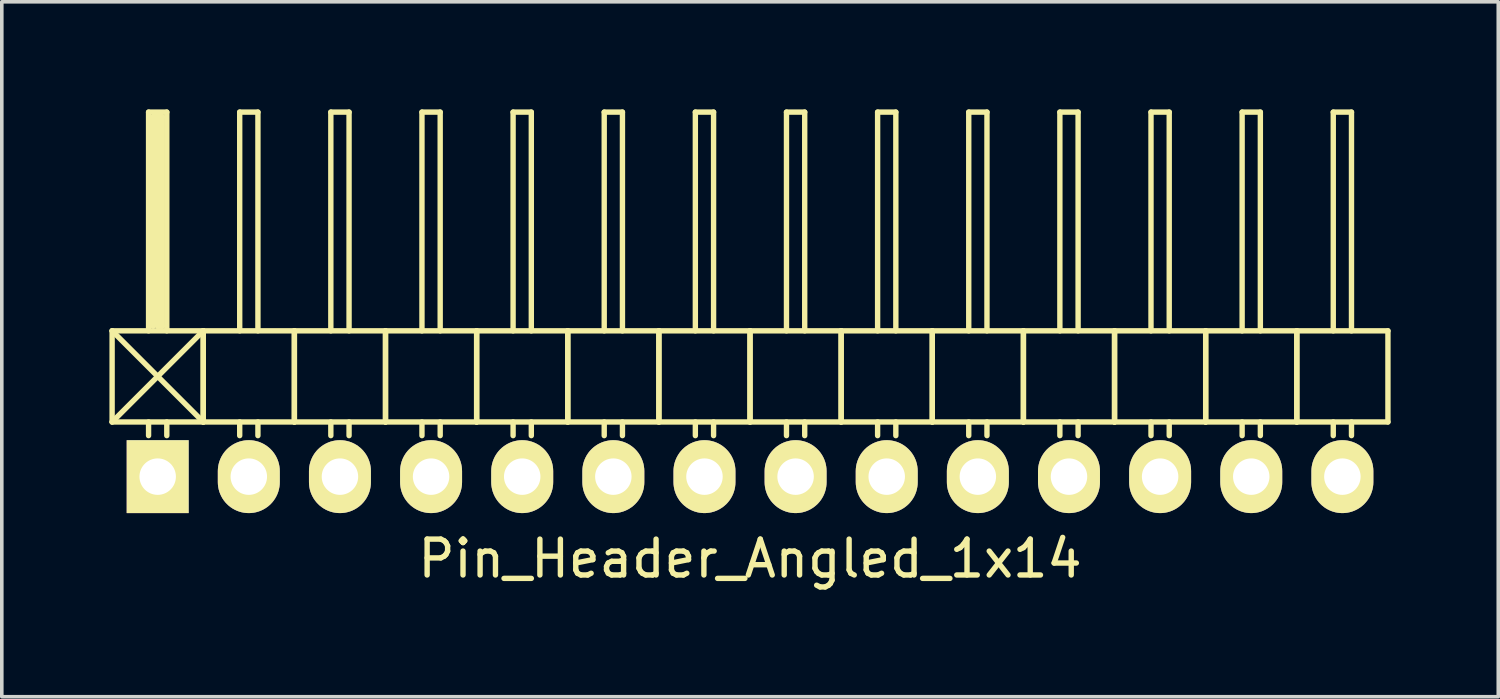
<source format=kicad_pcb>
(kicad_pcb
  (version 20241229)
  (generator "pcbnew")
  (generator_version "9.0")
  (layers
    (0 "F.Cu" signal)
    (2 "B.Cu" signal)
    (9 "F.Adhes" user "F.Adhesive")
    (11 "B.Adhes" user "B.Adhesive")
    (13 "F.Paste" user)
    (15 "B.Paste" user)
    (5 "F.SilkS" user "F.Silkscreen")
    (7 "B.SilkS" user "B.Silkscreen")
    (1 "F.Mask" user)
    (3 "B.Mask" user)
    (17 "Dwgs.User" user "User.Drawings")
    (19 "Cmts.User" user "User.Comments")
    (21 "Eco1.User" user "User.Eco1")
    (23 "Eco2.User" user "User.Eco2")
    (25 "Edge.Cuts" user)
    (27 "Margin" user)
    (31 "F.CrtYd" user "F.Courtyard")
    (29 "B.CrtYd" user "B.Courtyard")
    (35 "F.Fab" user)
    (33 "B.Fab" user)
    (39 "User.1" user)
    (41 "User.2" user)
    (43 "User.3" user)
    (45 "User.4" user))
  (footprint "Pin_Header_Angled_1x14"
    (layer "F.Cu")
    (at 17.855 10.235)
    (property "Reference" "Pin_Header_Angled_1x14" (at 0 2.286 0) (layer "F.SilkS") (effects (font (size 1 1) (thickness 0.15))))
    (attr through_hole)
    (fp_line (start -17.78 -4.064) (end -15.24 -1.524) (stroke (width 0.15) (type solid)) (layer "F.SilkS"))
    (fp_line (start -17.78 -1.524) (end -17.78 -4.064) (stroke (width 0.15) (type solid)) (layer "F.SilkS"))
    (fp_line (start -17.78 -1.524) (end -15.24 -1.524) (stroke (width 0.15) (type solid)) (layer "F.SilkS"))
    (fp_line (start -16.764 -10.16) (end -16.256 -10.16) (stroke (width 0.15) (type solid)) (layer "F.SilkS"))
    (fp_line (start -16.764 -4.064) (end -16.764 -10.16) (stroke (width 0.15) (type solid)) (layer "F.SilkS"))
    (fp_line (start -16.764 -1.524) (end -16.764 -1.143) (stroke (width 0.15) (type solid)) (layer "F.SilkS"))
    (fp_line (start -16.637 -10.033) (end -16.383 -10.033) (stroke (width 0.15) (type solid)) (layer "F.SilkS"))
    (fp_line (start -16.637 -4.191) (end -16.637 -10.033) (stroke (width 0.15) (type solid)) (layer "F.SilkS"))
    (fp_line (start -16.51 -4.191) (end -16.51 -10.033) (stroke (width 0.15) (type solid)) (layer "F.SilkS"))
    (fp_line (start -16.383 -10.033) (end -16.383 -4.191) (stroke (width 0.15) (type solid)) (layer "F.SilkS"))
    (fp_line (start -16.383 -4.191) (end -16.51 -4.191) (stroke (width 0.15) (type solid)) (layer "F.SilkS"))
    (fp_line (start -16.256 -10.16) (end -16.256 -4.064) (stroke (width 0.15) (type solid)) (layer "F.SilkS"))
    (fp_line (start -16.256 -1.524) (end -16.256 -1.143) (stroke (width 0.15) (type solid)) (layer "F.SilkS"))
    (fp_line (start -15.24 -4.064) (end -17.78 -4.064) (stroke (width 0.15) (type solid)) (layer "F.SilkS"))
    (fp_line (start -15.24 -4.064) (end -17.78 -1.524) (stroke (width 0.15) (type solid)) (layer "F.SilkS"))
    (fp_line (start -15.24 -1.524) (end -15.24 -4.064) (stroke (width 0.15) (type solid)) (layer "F.SilkS"))
    (fp_line (start -15.24 -1.524) (end -15.24 -4.064) (stroke (width 0.15) (type solid)) (layer "F.SilkS"))
    (fp_line (start -15.24 -1.524) (end -12.7 -1.524) (stroke (width 0.15) (type solid)) (layer "F.SilkS"))
    (fp_line (start -14.224 -10.16) (end -13.716 -10.16) (stroke (width 0.15) (type solid)) (layer "F.SilkS"))
    (fp_line (start -14.224 -4.064) (end -14.224 -10.16) (stroke (width 0.15) (type solid)) (layer "F.SilkS"))
    (fp_line (start -14.224 -1.524) (end -14.224 -1.143) (stroke (width 0.15) (type solid)) (layer "F.SilkS"))
    (fp_line (start -13.716 -10.16) (end -13.716 -4.064) (stroke (width 0.15) (type solid)) (layer "F.SilkS"))
    (fp_line (start -13.716 -1.524) (end -13.716 -1.143) (stroke (width 0.15) (type solid)) (layer "F.SilkS"))
    (fp_line (start -12.7 -4.064) (end -15.24 -4.064) (stroke (width 0.15) (type solid)) (layer "F.SilkS"))
    (fp_line (start -12.7 -1.524) (end -12.7 -4.064) (stroke (width 0.15) (type solid)) (layer "F.SilkS"))
    (fp_line (start -12.7 -1.524) (end -12.7 -4.064) (stroke (width 0.15) (type solid)) (layer "F.SilkS"))
    (fp_line (start -12.7 -1.524) (end -10.16 -1.524) (stroke (width 0.15) (type solid)) (layer "F.SilkS"))
    (fp_line (start -11.684 -10.16) (end -11.176 -10.16) (stroke (width 0.15) (type solid)) (layer "F.SilkS"))
    (fp_line (start -11.684 -4.064) (end -11.684 -10.16) (stroke (width 0.15) (type solid)) (layer "F.SilkS"))
    (fp_line (start -11.684 -1.524) (end -11.684 -1.143) (stroke (width 0.15) (type solid)) (layer "F.SilkS"))
    (fp_line (start -11.176 -10.16) (end -11.176 -4.064) (stroke (width 0.15) (type solid)) (layer "F.SilkS"))
    (fp_line (start -11.176 -1.524) (end -11.176 -1.143) (stroke (width 0.15) (type solid)) (layer "F.SilkS"))
    (fp_line (start -10.16 -4.064) (end -12.7 -4.064) (stroke (width 0.15) (type solid)) (layer "F.SilkS"))
    (fp_line (start -10.16 -1.524) (end -10.16 -4.064) (stroke (width 0.15) (type solid)) (layer "F.SilkS"))
    (fp_line (start -10.16 -1.524) (end -10.16 -4.064) (stroke (width 0.15) (type solid)) (layer "F.SilkS"))
    (fp_line (start -10.16 -1.524) (end -7.62 -1.524) (stroke (width 0.15) (type solid)) (layer "F.SilkS"))
    (fp_line (start -9.144 -10.16) (end -8.636 -10.16) (stroke (width 0.15) (type solid)) (layer "F.SilkS"))
    (fp_line (start -9.144 -4.064) (end -9.144 -10.16) (stroke (width 0.15) (type solid)) (layer "F.SilkS"))
    (fp_line (start -9.144 -1.524) (end -9.144 -1.143) (stroke (width 0.15) (type solid)) (layer "F.SilkS"))
    (fp_line (start -8.636 -10.16) (end -8.636 -4.064) (stroke (width 0.15) (type solid)) (layer "F.SilkS"))
    (fp_line (start -8.636 -1.524) (end -8.636 -1.143) (stroke (width 0.15) (type solid)) (layer "F.SilkS"))
    (fp_line (start -7.62 -4.064) (end -10.16 -4.064) (stroke (width 0.15) (type solid)) (layer "F.SilkS"))
    (fp_line (start -7.62 -1.524) (end -7.62 -4.064) (stroke (width 0.15) (type solid)) (layer "F.SilkS"))
    (fp_line (start -7.62 -1.524) (end -7.62 -4.064) (stroke (width 0.15) (type solid)) (layer "F.SilkS"))
    (fp_line (start -7.62 -1.524) (end -5.08 -1.524) (stroke (width 0.15) (type solid)) (layer "F.SilkS"))
    (fp_line (start -6.604 -10.16) (end -6.096 -10.16) (stroke (width 0.15) (type solid)) (layer "F.SilkS"))
    (fp_line (start -6.604 -4.064) (end -6.604 -10.16) (stroke (width 0.15) (type solid)) (layer "F.SilkS"))
    (fp_line (start -6.604 -1.524) (end -6.604 -1.143) (stroke (width 0.15) (type solid)) (layer "F.SilkS"))
    (fp_line (start -6.096 -10.16) (end -6.096 -4.064) (stroke (width 0.15) (type solid)) (layer "F.SilkS"))
    (fp_line (start -6.096 -1.524) (end -6.096 -1.143) (stroke (width 0.15) (type solid)) (layer "F.SilkS"))
    (fp_line (start -5.08 -4.064) (end -7.62 -4.064) (stroke (width 0.15) (type solid)) (layer "F.SilkS"))
    (fp_line (start -5.08 -1.524) (end -5.08 -4.064) (stroke (width 0.15) (type solid)) (layer "F.SilkS"))
    (fp_line (start -5.08 -1.524) (end -5.08 -4.064) (stroke (width 0.15) (type solid)) (layer "F.SilkS"))
    (fp_line (start -5.08 -1.524) (end -2.54 -1.524) (stroke (width 0.15) (type solid)) (layer "F.SilkS"))
    (fp_line (start -4.064 -10.16) (end -3.556 -10.16) (stroke (width 0.15) (type solid)) (layer "F.SilkS"))
    (fp_line (start -4.064 -4.064) (end -4.064 -10.16) (stroke (width 0.15) (type solid)) (layer "F.SilkS"))
    (fp_line (start -4.064 -1.524) (end -4.064 -1.143) (stroke (width 0.15) (type solid)) (layer "F.SilkS"))
    (fp_line (start -3.556 -10.16) (end -3.556 -4.064) (stroke (width 0.15) (type solid)) (layer "F.SilkS"))
    (fp_line (start -3.556 -1.524) (end -3.556 -1.143) (stroke (width 0.15) (type solid)) (layer "F.SilkS"))
    (fp_line (start -2.54 -4.064) (end -5.08 -4.064) (stroke (width 0.15) (type solid)) (layer "F.SilkS"))
    (fp_line (start -2.54 -1.524) (end -2.54 -4.064) (stroke (width 0.15) (type solid)) (layer "F.SilkS"))
    (fp_line (start -2.54 -1.524) (end -2.54 -4.064) (stroke (width 0.15) (type solid)) (layer "F.SilkS"))
    (fp_line (start -2.54 -1.524) (end 0 -1.524) (stroke (width 0.15) (type solid)) (layer "F.SilkS"))
    (fp_line (start -1.524 -10.16) (end -1.016 -10.16) (stroke (width 0.15) (type solid)) (layer "F.SilkS"))
    (fp_line (start -1.524 -4.064) (end -1.524 -10.16) (stroke (width 0.15) (type solid)) (layer "F.SilkS"))
    (fp_line (start -1.524 -1.524) (end -1.524 -1.143) (stroke (width 0.15) (type solid)) (layer "F.SilkS"))
    (fp_line (start -1.016 -10.16) (end -1.016 -4.064) (stroke (width 0.15) (type solid)) (layer "F.SilkS"))
    (fp_line (start -1.016 -1.524) (end -1.016 -1.143) (stroke (width 0.15) (type solid)) (layer "F.SilkS"))
    (fp_line (start 0 -4.064) (end -2.54 -4.064) (stroke (width 0.15) (type solid)) (layer "F.SilkS"))
    (fp_line (start 0 -1.524) (end 0 -4.064) (stroke (width 0.15) (type solid)) (layer "F.SilkS"))
    (fp_line (start 0 -1.524) (end 0 -4.064) (stroke (width 0.15) (type solid)) (layer "F.SilkS"))
    (fp_line (start 0 -1.524) (end 2.54 -1.524) (stroke (width 0.15) (type solid)) (layer "F.SilkS"))
    (fp_line (start 1.016 -10.16) (end 1.524 -10.16) (stroke (width 0.15) (type solid)) (layer "F.SilkS"))
    (fp_line (start 1.016 -4.064) (end 1.016 -10.16) (stroke (width 0.15) (type solid)) (layer "F.SilkS"))
    (fp_line (start 1.016 -1.524) (end 1.016 -1.143) (stroke (width 0.15) (type solid)) (layer "F.SilkS"))
    (fp_line (start 1.524 -10.16) (end 1.524 -4.064) (stroke (width 0.15) (type solid)) (layer "F.SilkS"))
    (fp_line (start 1.524 -1.524) (end 1.524 -1.143) (stroke (width 0.15) (type solid)) (layer "F.SilkS"))
    (fp_line (start 2.54 -4.064) (end 0 -4.064) (stroke (width 0.15) (type solid)) (layer "F.SilkS"))
    (fp_line (start 2.54 -1.524) (end 2.54 -4.064) (stroke (width 0.15) (type solid)) (layer "F.SilkS"))
    (fp_line (start 2.54 -1.524) (end 2.54 -4.064) (stroke (width 0.15) (type solid)) (layer "F.SilkS"))
    (fp_line (start 2.54 -1.524) (end 5.08 -1.524) (stroke (width 0.15) (type solid)) (layer "F.SilkS"))
    (fp_line (start 3.556 -10.16) (end 4.064 -10.16) (stroke (width 0.15) (type solid)) (layer "F.SilkS"))
    (fp_line (start 3.556 -4.064) (end 3.556 -10.16) (stroke (width 0.15) (type solid)) (layer "F.SilkS"))
    (fp_line (start 3.556 -1.524) (end 3.556 -1.143) (stroke (width 0.15) (type solid)) (layer "F.SilkS"))
    (fp_line (start 4.064 -10.16) (end 4.064 -4.064) (stroke (width 0.15) (type solid)) (layer "F.SilkS"))
    (fp_line (start 4.064 -1.524) (end 4.064 -1.143) (stroke (width 0.15) (type solid)) (layer "F.SilkS"))
    (fp_line (start 5.08 -4.064) (end 2.54 -4.064) (stroke (width 0.15) (type solid)) (layer "F.SilkS"))
    (fp_line (start 5.08 -1.524) (end 5.08 -4.064) (stroke (width 0.15) (type solid)) (layer "F.SilkS"))
    (fp_line (start 5.08 -1.524) (end 5.08 -4.064) (stroke (width 0.15) (type solid)) (layer "F.SilkS"))
    (fp_line (start 5.08 -1.524) (end 7.62 -1.524) (stroke (width 0.15) (type solid)) (layer "F.SilkS"))
    (fp_line (start 6.096 -10.16) (end 6.604 -10.16) (stroke (width 0.15) (type solid)) (layer "F.SilkS"))
    (fp_line (start 6.096 -4.064) (end 6.096 -10.16) (stroke (width 0.15) (type solid)) (layer "F.SilkS"))
    (fp_line (start 6.096 -1.524) (end 6.096 -1.143) (stroke (width 0.15) (type solid)) (layer "F.SilkS"))
    (fp_line (start 6.604 -10.16) (end 6.604 -4.064) (stroke (width 0.15) (type solid)) (layer "F.SilkS"))
    (fp_line (start 6.604 -1.524) (end 6.604 -1.143) (stroke (width 0.15) (type solid)) (layer "F.SilkS"))
    (fp_line (start 7.62 -4.064) (end 5.08 -4.064) (stroke (width 0.15) (type solid)) (layer "F.SilkS"))
    (fp_line (start 7.62 -1.524) (end 7.62 -4.064) (stroke (width 0.15) (type solid)) (layer "F.SilkS"))
    (fp_line (start 7.62 -1.524) (end 7.62 -4.064) (stroke (width 0.15) (type solid)) (layer "F.SilkS"))
    (fp_line (start 7.62 -1.524) (end 10.16 -1.524) (stroke (width 0.15) (type solid)) (layer "F.SilkS"))
    (fp_line (start 8.636 -10.16) (end 9.144 -10.16) (stroke (width 0.15) (type solid)) (layer "F.SilkS"))
    (fp_line (start 8.636 -4.064) (end 8.636 -10.16) (stroke (width 0.15) (type solid)) (layer "F.SilkS"))
    (fp_line (start 8.636 -1.524) (end 8.636 -1.143) (stroke (width 0.15) (type solid)) (layer "F.SilkS"))
    (fp_line (start 9.144 -10.16) (end 9.144 -4.064) (stroke (width 0.15) (type solid)) (layer "F.SilkS"))
    (fp_line (start 9.144 -1.524) (end 9.144 -1.143) (stroke (width 0.15) (type solid)) (layer "F.SilkS"))
    (fp_line (start 10.16 -4.064) (end 7.62 -4.064) (stroke (width 0.15) (type solid)) (layer "F.SilkS"))
    (fp_line (start 10.16 -1.524) (end 10.16 -4.064) (stroke (width 0.15) (type solid)) (layer "F.SilkS"))
    (fp_line (start 10.16 -1.524) (end 10.16 -4.064) (stroke (width 0.15) (type solid)) (layer "F.SilkS"))
    (fp_line (start 10.16 -1.524) (end 12.7 -1.524) (stroke (width 0.15) (type solid)) (layer "F.SilkS"))
    (fp_line (start 11.176 -10.16) (end 11.684 -10.16) (stroke (width 0.15) (type solid)) (layer "F.SilkS"))
    (fp_line (start 11.176 -4.064) (end 11.176 -10.16) (stroke (width 0.15) (type solid)) (layer "F.SilkS"))
    (fp_line (start 11.176 -1.524) (end 11.176 -1.143) (stroke (width 0.15) (type solid)) (layer "F.SilkS"))
    (fp_line (start 11.684 -10.16) (end 11.684 -4.064) (stroke (width 0.15) (type solid)) (layer "F.SilkS"))
    (fp_line (start 11.684 -1.524) (end 11.684 -1.143) (stroke (width 0.15) (type solid)) (layer "F.SilkS"))
    (fp_line (start 12.7 -4.064) (end 10.16 -4.064) (stroke (width 0.15) (type solid)) (layer "F.SilkS"))
    (fp_line (start 12.7 -1.524) (end 12.7 -4.064) (stroke (width 0.15) (type solid)) (layer "F.SilkS"))
    (fp_line (start 12.7 -1.524) (end 12.7 -4.064) (stroke (width 0.15) (type solid)) (layer "F.SilkS"))
    (fp_line (start 12.7 -1.524) (end 15.24 -1.524) (stroke (width 0.15) (type solid)) (layer "F.SilkS"))
    (fp_line (start 13.716 -10.16) (end 14.224 -10.16) (stroke (width 0.15) (type solid)) (layer "F.SilkS"))
    (fp_line (start 13.716 -4.064) (end 13.716 -10.16) (stroke (width 0.15) (type solid)) (layer "F.SilkS"))
    (fp_line (start 13.716 -1.524) (end 13.716 -1.143) (stroke (width 0.15) (type solid)) (layer "F.SilkS"))
    (fp_line (start 14.224 -10.16) (end 14.224 -4.064) (stroke (width 0.15) (type solid)) (layer "F.SilkS"))
    (fp_line (start 14.224 -1.524) (end 14.224 -1.143) (stroke (width 0.15) (type solid)) (layer "F.SilkS"))
    (fp_line (start 15.24 -4.064) (end 12.7 -4.064) (stroke (width 0.15) (type solid)) (layer "F.SilkS"))
    (fp_line (start 15.24 -1.524) (end 15.24 -4.064) (stroke (width 0.15) (type solid)) (layer "F.SilkS"))
    (fp_line (start 15.24 -1.524) (end 15.24 -4.064) (stroke (width 0.15) (type solid)) (layer "F.SilkS"))
    (fp_line (start 15.24 -1.524) (end 17.78 -1.524) (stroke (width 0.15) (type solid)) (layer "F.SilkS"))
    (fp_line (start 16.256 -10.16) (end 16.764 -10.16) (stroke (width 0.15) (type solid)) (layer "F.SilkS"))
    (fp_line (start 16.256 -4.064) (end 16.256 -10.16) (stroke (width 0.15) (type solid)) (layer "F.SilkS"))
    (fp_line (start 16.256 -1.524) (end 16.256 -1.143) (stroke (width 0.15) (type solid)) (layer "F.SilkS"))
    (fp_line (start 16.764 -10.16) (end 16.764 -4.064) (stroke (width 0.15) (type solid)) (layer "F.SilkS"))
    (fp_line (start 16.764 -1.524) (end 16.764 -1.143) (stroke (width 0.15) (type solid)) (layer "F.SilkS"))
    (fp_line (start 17.78 -4.064) (end 15.24 -4.064) (stroke (width 0.15) (type solid)) (layer "F.SilkS"))
    (fp_line (start 17.78 -1.524) (end 17.78 -4.064) (stroke (width 0.15) (type solid)) (layer "F.SilkS"))
    (pad "1" thru_hole rect (at -16.51 0) (size 1.727 2.032) (drill 1.016) (layers "*.Cu" "*.Mask" "F.SilkS"))
    (pad "2" thru_hole oval (at -13.97 0) (size 1.727 2.032) (drill 1.016) (layers "*.Cu" "*.Mask" "F.SilkS"))
    (pad "3" thru_hole oval (at -11.43 0) (size 1.727 2.032) (drill 1.016) (layers "*.Cu" "*.Mask" "F.SilkS"))
    (pad "4" thru_hole oval (at -8.89 0) (size 1.727 2.032) (drill 1.016) (layers "*.Cu" "*.Mask" "F.SilkS"))
    (pad "5" thru_hole oval (at -6.35 0) (size 1.727 2.032) (drill 1.016) (layers "*.Cu" "*.Mask" "F.SilkS"))
    (pad "6" thru_hole oval (at -3.81 0) (size 1.727 2.032) (drill 1.016) (layers "*.Cu" "*.Mask" "F.SilkS"))
    (pad "7" thru_hole oval (at -1.27 0) (size 1.727 2.032) (drill 1.016) (layers "*.Cu" "*.Mask" "F.SilkS"))
    (pad "8" thru_hole oval (at 1.27 0) (size 1.727 2.032) (drill 1.016) (layers "*.Cu" "*.Mask" "F.SilkS"))
    (pad "9" thru_hole oval (at 3.81 0) (size 1.727 2.032) (drill 1.016) (layers "*.Cu" "*.Mask" "F.SilkS"))
    (pad "10" thru_hole oval (at 6.35 0) (size 1.727 2.032) (drill 1.016) (layers "*.Cu" "*.Mask" "F.SilkS"))
    (pad "11" thru_hole oval (at 8.89 0) (size 1.727 2.032) (drill 1.016) (layers "*.Cu" "*.Mask" "F.SilkS"))
    (pad "12" thru_hole oval (at 11.43 0) (size 1.727 2.032) (drill 1.016) (layers "*.Cu" "*.Mask" "F.SilkS"))
    (pad "13" thru_hole oval (at 13.97 0) (size 1.727 2.032) (drill 1.016) (layers "*.Cu" "*.Mask" "F.SilkS"))
    (pad "14" thru_hole oval (at 16.51 0) (size 1.727 2.032) (drill 1.016) (layers "*.Cu" "*.Mask" "F.SilkS")))
  (gr_rect
    (start -3 -3)
    (end 38.71 16.369)
    (stroke (width 0.1) (type default))
    (fill no)
    (layer "Edge.Cuts")))
</source>
